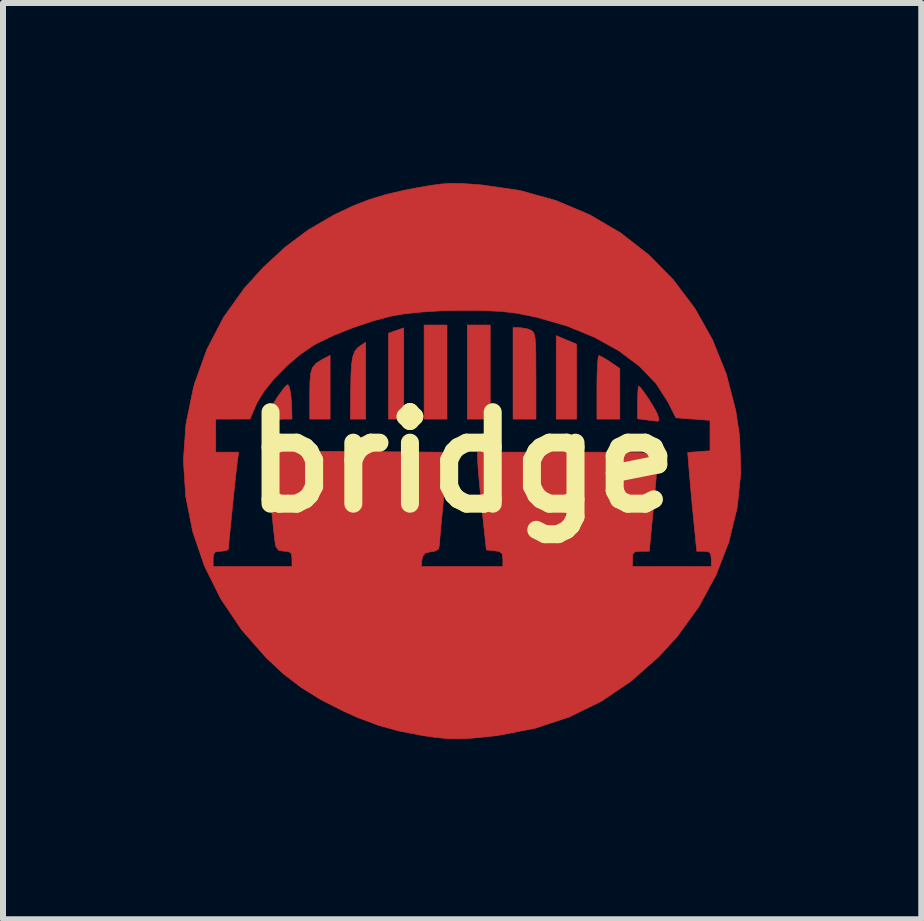
<source format=kicad_pcb>
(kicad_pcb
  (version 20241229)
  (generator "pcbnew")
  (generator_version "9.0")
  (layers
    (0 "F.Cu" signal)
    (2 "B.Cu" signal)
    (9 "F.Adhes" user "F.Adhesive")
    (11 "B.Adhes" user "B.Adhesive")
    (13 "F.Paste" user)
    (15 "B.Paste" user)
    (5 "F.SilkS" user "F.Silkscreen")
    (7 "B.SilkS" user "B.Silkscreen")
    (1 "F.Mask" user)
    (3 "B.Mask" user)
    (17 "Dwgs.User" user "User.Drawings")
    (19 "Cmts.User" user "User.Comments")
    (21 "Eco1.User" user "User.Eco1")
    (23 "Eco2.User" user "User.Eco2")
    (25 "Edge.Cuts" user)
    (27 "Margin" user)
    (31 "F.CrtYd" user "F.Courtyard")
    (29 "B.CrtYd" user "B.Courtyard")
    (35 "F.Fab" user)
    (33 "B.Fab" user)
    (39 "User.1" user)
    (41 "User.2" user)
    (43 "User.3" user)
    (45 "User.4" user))
  (footprint "bridge"
    (layer "F.Cu")
    (at 4.65 4.651)
    (property "Reference" "bridge" (at 0 0 0) (layer "F.SilkS") (effects (font (size 1.524 1.524) (thickness 0.3))))
    (attr through_hole)
    (fp_poly (pts (xy -0.254 -0.72) (xy -0.635 -0.72) (xy -0.635 -2.286) (xy -0.254 -2.286) (xy -0.254 -0.72)) (stroke (width 0.01) (type solid)) (fill yes) (layer "F.Cu"))
    (fp_poly (pts (xy 0.466 -0.72) (xy 0.085 -0.72) (xy 0.085 -2.286) (xy 0.466 -2.286) (xy 0.466 -0.72)) (stroke (width 0.01) (type solid)) (fill yes) (layer "F.Cu"))
    (fp_poly (pts (xy -0.974 -0.72) (xy -1.228 -0.72) (xy -1.228 -2.151) (xy -1.101 -2.195) (xy -0.974 -2.239) (xy -0.974 -0.72)) (stroke (width 0.01) (type solid)) (fill yes) (layer "F.Cu"))
    (fp_poly (pts (xy 1.735 -2.039) (xy 1.904 -1.968) (xy 1.905 -1.344) (xy 1.905 -0.72) (xy 1.566 -0.72) (xy 1.566 -2.11) (xy 1.735 -2.039)) (stroke (width 0.01) (type solid)) (fill yes) (layer "F.Cu"))
    (fp_poly (pts (xy -2.201 -0.72) (xy -2.54 -0.72) (xy -2.54 -1.136) (xy -2.537 -1.344) (xy -2.524 -1.486) (xy -2.492 -1.581) (xy -2.434 -1.649) (xy -2.342 -1.708) (xy -2.297 -1.732) (xy -2.201 -1.781) (xy -2.201 -0.72)) (stroke (width 0.01) (type solid)) (fill yes) (layer "F.Cu"))
    (fp_poly (pts (xy -1.609 -0.72) (xy -1.863 -0.72) (xy -1.858 -1.196) (xy -1.854 -1.45) (xy -1.843 -1.633) (xy -1.823 -1.761) (xy -1.791 -1.847) (xy -1.743 -1.907) (xy -1.703 -1.937) (xy -1.609 -2) (xy -1.609 -0.72)) (stroke (width 0.01) (type solid)) (fill yes) (layer "F.Cu"))
    (fp_poly (pts (xy 2.328 -1.756) (xy 2.421 -1.701) (xy 2.467 -1.671) (xy 2.625 -1.563) (xy 2.625 -0.72) (xy 2.244 -0.72) (xy 2.244 -1.249) (xy 2.246 -1.449) (xy 2.253 -1.615) (xy 2.263 -1.73) (xy 2.275 -1.778) (xy 2.276 -1.778) (xy 2.328 -1.756)) (stroke (width 0.01) (type solid)) (fill yes) (layer "F.Cu"))
    (fp_poly (pts (xy 1.074 -2.226) (xy 1.146 -2.2) (xy 1.176 -2.178) (xy 1.197 -2.142) (xy 1.212 -2.079) (xy 1.221 -1.976) (xy 1.226 -1.821) (xy 1.227 -1.602) (xy 1.228 -1.438) (xy 1.228 -0.72) (xy 0.847 -0.72) (xy 0.847 -2.244) (xy 0.955 -2.244) (xy 1.074 -2.226)) (stroke (width 0.01) (type solid)) (fill yes) (layer "F.Cu"))
    (fp_poly (pts (xy 2.976 -1.237) (xy 3.039 -1.153) (xy 3.115 -1.041) (xy 3.188 -0.923) (xy 3.243 -0.822) (xy 3.258 -0.786) (xy 3.279 -0.706) (xy 3.255 -0.684) (xy 3.248 -0.684) (xy 3.172 -0.694) (xy 3.06 -0.708) (xy 3.059 -0.708) (xy 2.921 -0.725) (xy 2.921 -0.998) (xy 2.924 -1.137) (xy 2.931 -1.235) (xy 2.94 -1.27) (xy 2.976 -1.237)) (stroke (width 0.01) (type solid)) (fill yes) (layer "F.Cu"))
    (fp_poly (pts (xy -2.885 -1.264) (xy -2.873 -1.223) (xy -2.855 -1.119) (xy -2.843 -0.976) (xy -2.841 -0.921) (xy -2.836 -0.72) (xy -2.981 -0.72) (xy -3.101 -0.712) (xy -3.191 -0.695) (xy -3.193 -0.694) (xy -3.249 -0.695) (xy -3.26 -0.717) (xy -3.236 -0.803) (xy -3.173 -0.93) (xy -3.085 -1.076) (xy -3.011 -1.181) (xy -2.942 -1.269) (xy -2.906 -1.294) (xy -2.885 -1.264)) (stroke (width 0.01) (type solid)) (fill yes) (layer "F.Cu"))
    (fp_poly (pts (xy 0.003 -4.643) (xy 0.222 -4.629) (xy 0.318 -4.621) (xy 0.956 -4.529) (xy 1.558 -4.362) (xy 2.119 -4.126) (xy 2.636 -3.823) (xy 3.103 -3.46) (xy 3.518 -3.039) (xy 3.875 -2.565) (xy 4.169 -2.042) (xy 4.398 -1.474) (xy 4.556 -0.866) (xy 4.621 -0.43) (xy 4.642 0.16) (xy 4.582 0.748) (xy 4.443 1.323) (xy 4.228 1.879) (xy 3.941 2.408) (xy 3.584 2.9) (xy 3.274 3.239) (xy 2.808 3.65) (xy 2.313 3.984) (xy 1.782 4.243) (xy 1.21 4.432) (xy 0.592 4.551) (xy 0.423 4.571) (xy 0.16 4.596) (xy -0.051 4.606) (xy -0.238 4.603) (xy -0.433 4.585) (xy -0.656 4.553) (xy -1.049 4.478) (xy -1.399 4.381) (xy -1.748 4.25) (xy -1.974 4.148) (xy -2.357 3.954) (xy -2.682 3.752) (xy -2.976 3.527) (xy -3.261 3.262) (xy -3.678 2.787) (xy -4.023 2.274) (xy -4.294 1.729) (xy -4.335 1.609) (xy -4.149 1.609) (xy -4.149 1.736) (xy -2.836 1.736) (xy -2.836 1.609) (xy -2.847 1.519) (xy -2.896 1.486) (xy -2.963 1.482) (xy -3.061 1.465) (xy -3.105 1.403) (xy -3.109 1.386) (xy -3.121 1.306) (xy -3.138 1.166) (xy -3.157 0.982) (xy -3.179 0.771) (xy -3.2 0.548) (xy -3.219 0.329) (xy -3.236 0.131) (xy -3.248 -0.031) (xy -3.255 -0.141) (xy -3.254 -0.182) (xy -3.209 -0.184) (xy -3.09 -0.185) (xy -2.905 -0.185) (xy -2.665 -0.184) (xy -2.378 -0.183) (xy -2.055 -0.181) (xy -1.734 -0.179) (xy -0.229 -0.167) (xy -0.303 0.541) (xy -0.327 0.785) (xy -0.349 1.007) (xy -0.366 1.19) (xy -0.376 1.317) (xy -0.378 1.363) (xy -0.394 1.443) (xy -0.451 1.479) (xy -0.519 1.49) (xy -0.617 1.512) (xy -0.66 1.568) (xy -0.67 1.619) (xy -0.683 1.736) (xy 0.677 1.736) (xy 0.677 1.611) (xy 0.666 1.524) (xy 0.616 1.486) (xy 0.54 1.474) (xy 0.402 1.46) (xy 0.332 0.804) (xy 0.307 0.564) (xy 0.286 0.341) (xy 0.269 0.155) (xy 0.26 0.025) (xy 0.258 -0.011) (xy 0.254 -0.169) (xy 1.757 -0.169) (xy 2.171 -0.169) (xy 2.507 -0.167) (xy 2.772 -0.163) (xy 2.972 -0.158) (xy 3.114 -0.15) (xy 3.205 -0.14) (xy 3.251 -0.127) (xy 3.261 -0.116) (xy 3.257 -0.059) (xy 3.247 0.068) (xy 3.231 0.251) (xy 3.211 0.475) (xy 3.189 0.709) (xy 3.116 1.482) (xy 2.976 1.482) (xy 2.88 1.49) (xy 2.842 1.53) (xy 2.836 1.609) (xy 2.836 1.736) (xy 4.149 1.736) (xy 4.149 1.609) (xy 4.138 1.519) (xy 4.089 1.485) (xy 4.028 1.482) (xy 3.907 1.482) (xy 3.86 1.005) (xy 3.836 0.767) (xy 3.813 0.515) (xy 3.793 0.288) (xy 3.784 0.183) (xy 3.756 -0.164) (xy 4.128 -0.191) (xy 4.128 -0.699) (xy 3.843 -0.72) (xy 3.559 -0.741) (xy 3.429 -1.001) (xy 3.229 -1.312) (xy 2.953 -1.599) (xy 2.61 -1.857) (xy 2.206 -2.081) (xy 1.748 -2.269) (xy 1.245 -2.415) (xy 0.916 -2.482) (xy 0.666 -2.512) (xy 0.357 -2.528) (xy 0.015 -2.532) (xy -0.337 -2.524) (xy -0.674 -2.503) (xy -0.973 -2.472) (xy -1.185 -2.435) (xy -1.491 -2.353) (xy -1.816 -2.244) (xy -2.13 -2.119) (xy -2.401 -1.99) (xy -2.484 -1.944) (xy -2.704 -1.793) (xy -2.926 -1.603) (xy -3.132 -1.393) (xy -3.302 -1.183) (xy -3.419 -0.99) (xy -3.431 -0.964) (xy -3.535 -0.721) (xy -3.821 -0.72) (xy -4.106 -0.72) (xy -4.106 -0.169) (xy -3.724 -0.169) (xy -3.747 -0.011) (xy -3.758 0.08) (xy -3.774 0.23) (xy -3.795 0.421) (xy -3.817 0.635) (xy -3.839 0.855) (xy -3.86 1.064) (xy -3.878 1.243) (xy -3.89 1.375) (xy -3.895 1.442) (xy -3.895 1.445) (xy -3.931 1.471) (xy -4.02 1.482) (xy -4.022 1.482) (xy -4.112 1.492) (xy -4.145 1.542) (xy -4.149 1.609) (xy -4.335 1.609) (xy -4.489 1.159) (xy -4.606 0.57) (xy -4.645 -0.032) (xy -4.602 -0.639) (xy -4.477 -1.247) (xy -4.46 -1.308) (xy -4.253 -1.883) (xy -3.979 -2.41) (xy -3.632 -2.897) (xy -3.323 -3.239) (xy -2.951 -3.583) (xy -2.573 -3.866) (xy -2.16 -4.108) (xy -2.095 -4.141) (xy -1.811 -4.275) (xy -1.541 -4.379) (xy -1.259 -4.464) (xy -0.935 -4.538) (xy -0.735 -4.576) (xy -0.513 -4.614) (xy -0.335 -4.637) (xy -0.173 -4.646) (xy 0.003 -4.643)) (stroke (width 0.01) (type solid)) (fill yes) (layer "F.Cu"))
    (fp_poly (pts (xy 0.003 -4.643) (xy 0.222 -4.629) (xy 0.318 -4.621) (xy 0.956 -4.529) (xy 1.558 -4.362) (xy 2.119 -4.126) (xy 2.636 -3.823) (xy 3.103 -3.46) (xy 3.518 -3.039) (xy 3.875 -2.565) (xy 4.169 -2.042) (xy 4.398 -1.474) (xy 4.556 -0.866) (xy 4.621 -0.43) (xy 4.642 0.16) (xy 4.582 0.748) (xy 4.443 1.323) (xy 4.228 1.879) (xy 3.941 2.408) (xy 3.584 2.9) (xy 3.274 3.239) (xy 2.808 3.65) (xy 2.313 3.984) (xy 1.782 4.243) (xy 1.21 4.432) (xy 0.592 4.551) (xy 0.423 4.571) (xy 0.16 4.596) (xy -0.051 4.606) (xy -0.238 4.603) (xy -0.433 4.585) (xy -0.656 4.553) (xy -1.049 4.478) (xy -1.399 4.381) (xy -1.748 4.25) (xy -1.974 4.148) (xy -2.357 3.954) (xy -2.682 3.752) (xy -2.976 3.527) (xy -3.261 3.262) (xy -3.678 2.787) (xy -4.023 2.274) (xy -4.294 1.729) (xy -4.489 1.159) (xy -4.606 0.57) (xy -4.645 -0.032) (xy -4.602 -0.639) (xy -4.477 -1.247) (xy -4.46 -1.308) (xy -4.253 -1.883) (xy -3.979 -2.41) (xy -3.632 -2.897) (xy -3.323 -3.239) (xy -2.951 -3.583) (xy -2.573 -3.866) (xy -2.16 -4.108) (xy -2.095 -4.141) (xy -1.811 -4.275) (xy -1.541 -4.379) (xy -1.259 -4.464) (xy -0.935 -4.538) (xy -0.735 -4.576) (xy -0.513 -4.614) (xy -0.335 -4.637) (xy -0.173 -4.646) (xy 0.003 -4.643)) (stroke (width 0.01) (type solid)) (fill yes) (layer "F.Mask")))
  (gr_rect
    (start -3 -3)
    (end 12.297 12.263)
    (stroke (width 0.1) (type default))
    (fill no)
    (layer "Edge.Cuts")))
</source>
